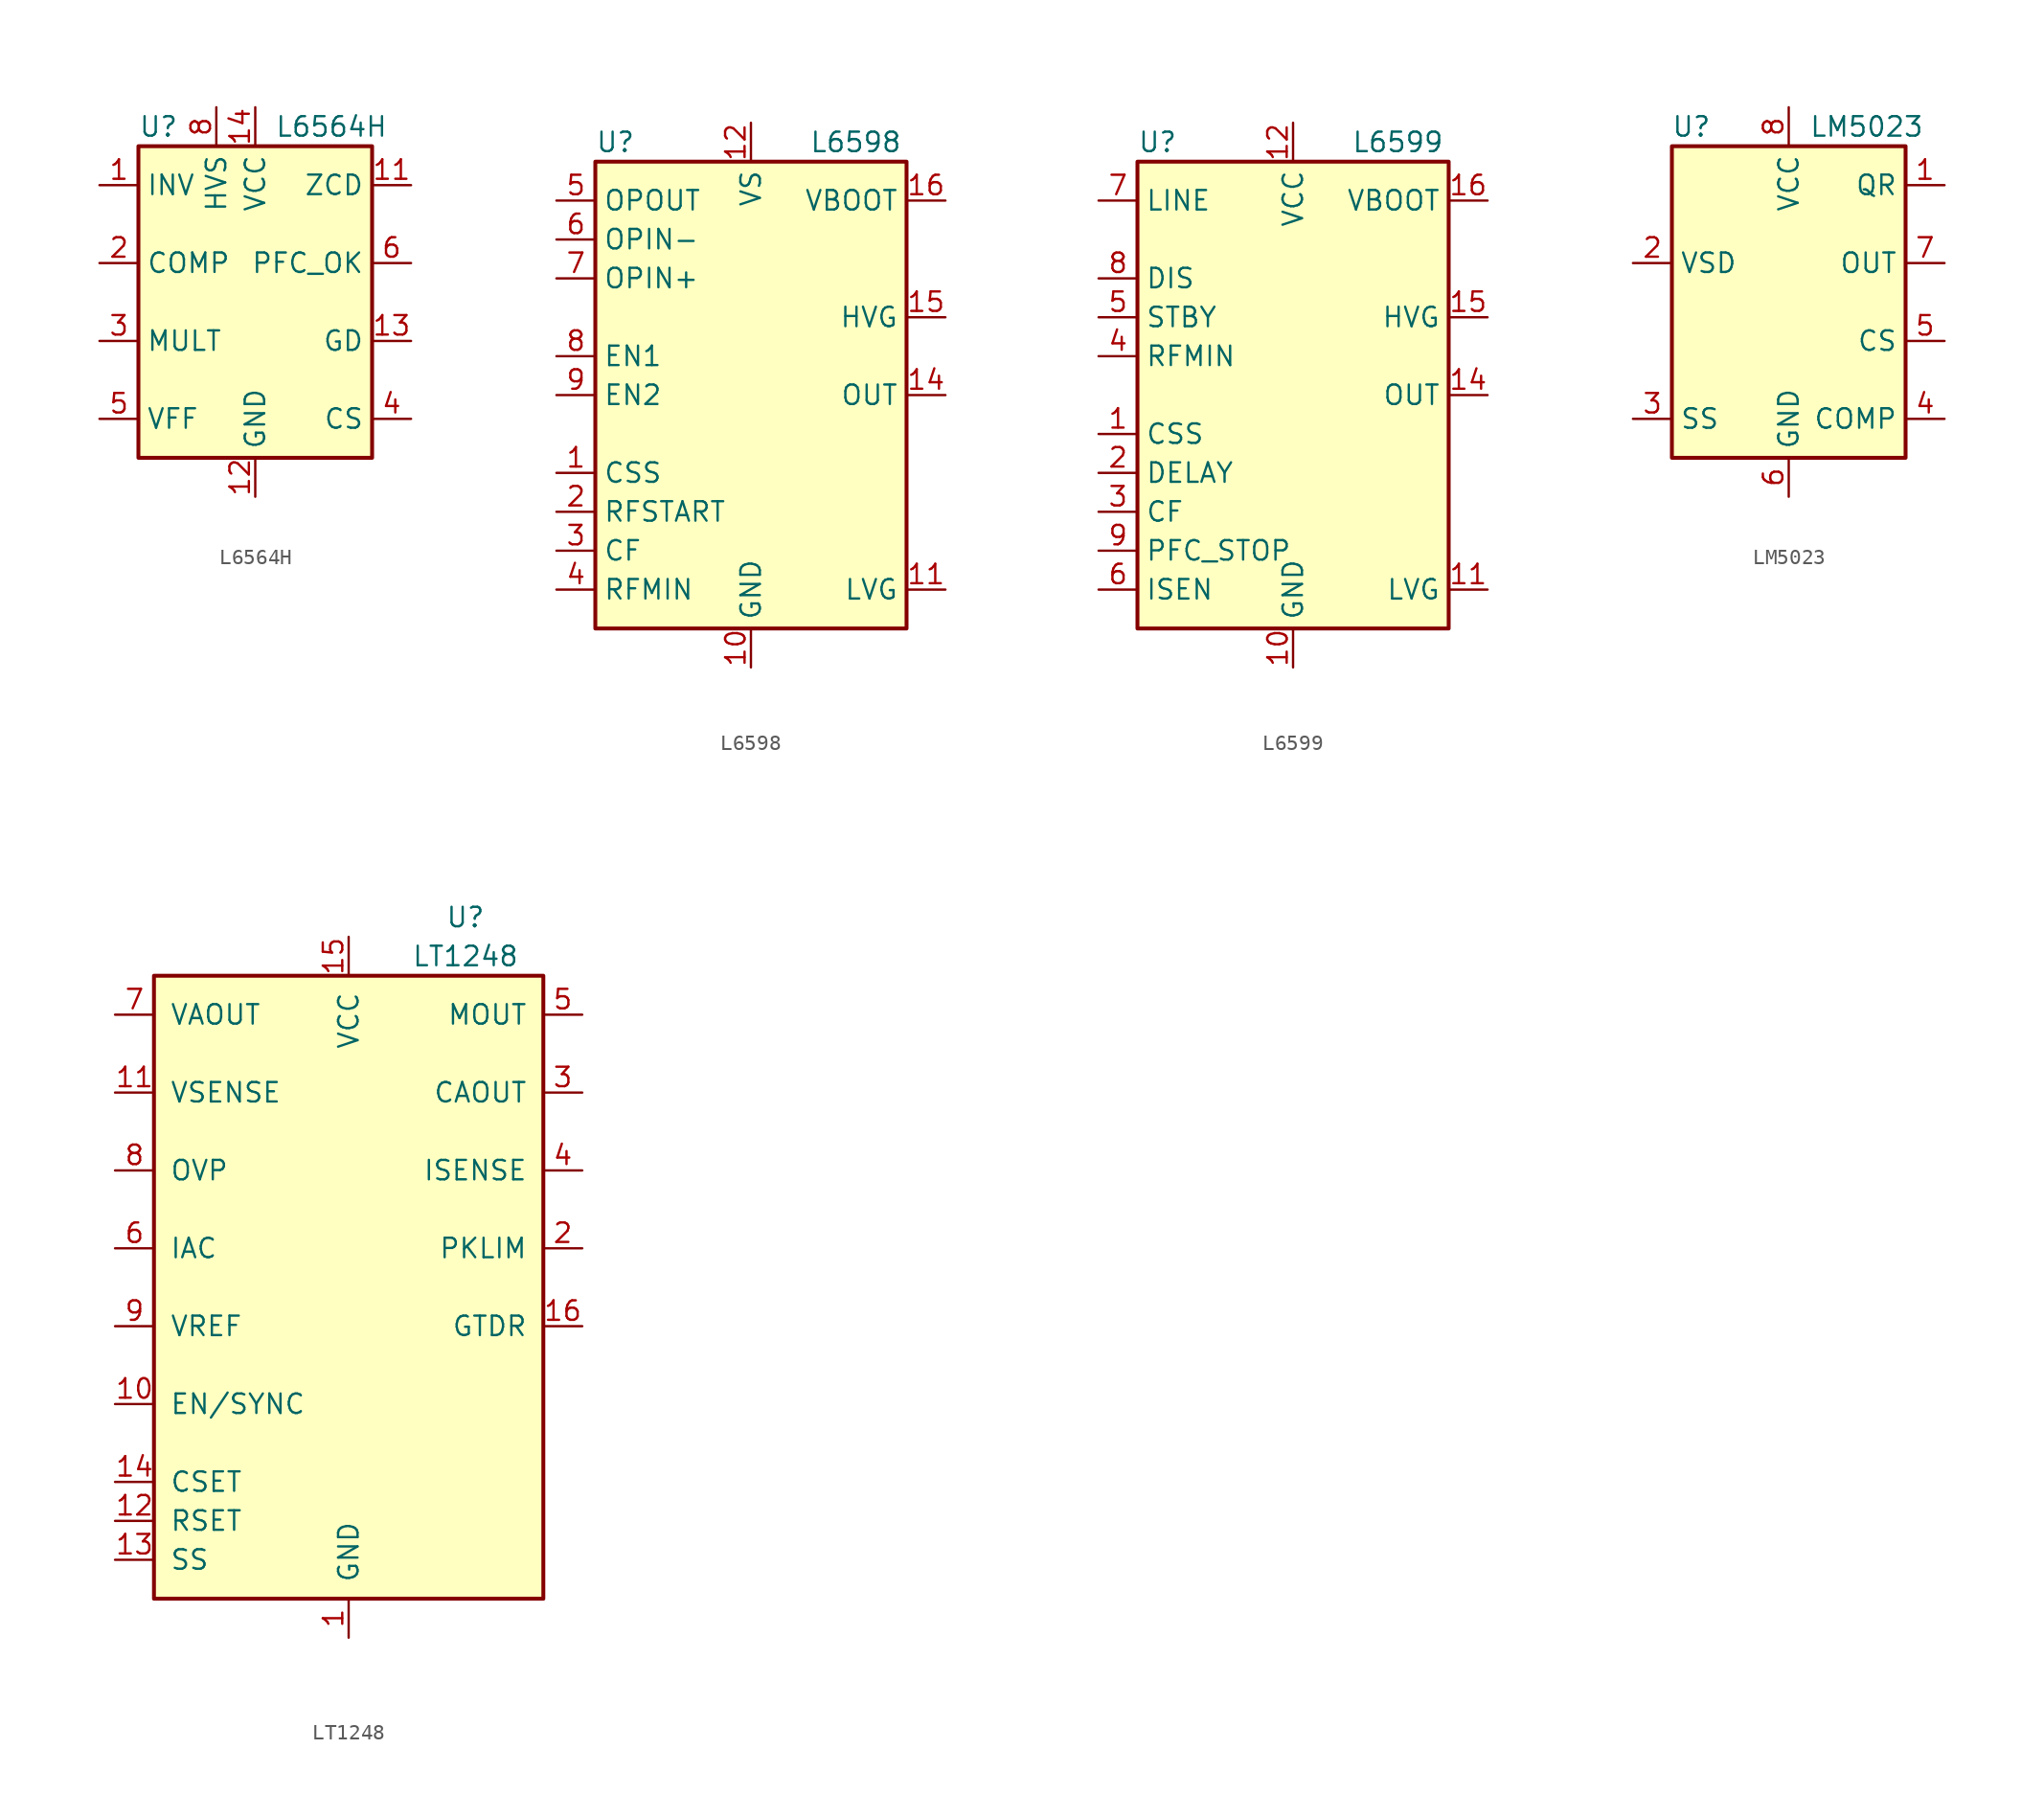
<source format=kicad_sym>
(kicad_symbol_lib
  (version 20200908)
  (generator kicad_symbol_editor)
  (symbol "Regulator_Controller:L6564H"
    (property "Reference" "U"
      (at -7.62 11.43 0)
      (effects (font (size 1.27 1.27)) (justify left)))
    (property "Value" "L6564H"
      (at 1.27 11.43 0)
      (effects (font (size 1.27 1.27)) (justify left)))
    (symbol "L6564H_0_0"
      (rectangle (start -7.62 10.16) (end 7.62 -10.16) (stroke (width 0.254)) (fill (type background))))
    (symbol "L6564H_1_1"
      (pin input line (at -10.16 7.62 0) (length 2.54) (name "INV" (effects (font (size 1.27 1.27)))) (number "1" (effects (font (size 1.27 1.27)))))
      (pin unconnected line (at -7.62 -5.08 0) (length 2.54) hide (name "NC" (effects (font (size 1.27 1.27)))) (number "10" (effects (font (size 1.27 1.27)))))
      (pin input line (at 10.16 7.62 180) (length 2.54) (name "ZCD" (effects (font (size 1.27 1.27)))) (number "11" (effects (font (size 1.27 1.27)))))
      (pin power_in line (at 0 -12.7 90) (length 2.54) (name "GND" (effects (font (size 1.27 1.27)))) (number "12" (effects (font (size 1.27 1.27)))))
      (pin output line (at 10.16 -2.54 180) (length 2.54) (name "GD" (effects (font (size 1.27 1.27)))) (number "13" (effects (font (size 1.27 1.27)))))
      (pin power_in line (at 0 12.7 270) (length 2.54) (name "VCC" (effects (font (size 1.27 1.27)))) (number "14" (effects (font (size 1.27 1.27)))))
      (pin output line (at -10.16 2.54 0) (length 2.54) (name "COMP" (effects (font (size 1.27 1.27)))) (number "2" (effects (font (size 1.27 1.27)))))
      (pin input line (at -10.16 -2.54 0) (length 2.54) (name "MULT" (effects (font (size 1.27 1.27)))) (number "3" (effects (font (size 1.27 1.27)))))
      (pin input line (at 10.16 -7.62 180) (length 2.54) (name "CS" (effects (font (size 1.27 1.27)))) (number "4" (effects (font (size 1.27 1.27)))))
      (pin passive line (at -10.16 -7.62 0) (length 2.54) (name "VFF" (effects (font (size 1.27 1.27)))) (number "5" (effects (font (size 1.27 1.27)))))
      (pin input line (at 10.16 2.54 180) (length 2.54) (name "PFC_OK" (effects (font (size 1.27 1.27)))) (number "6" (effects (font (size 1.27 1.27)))))
      (pin unconnected line (at -7.62 5.08 0) (length 2.54) hide (name "NC" (effects (font (size 1.27 1.27)))) (number "7" (effects (font (size 1.27 1.27)))))
      (pin input line (at -2.54 12.7 270) (length 2.54) (name "HVS" (effects (font (size 1.27 1.27)))) (number "8" (effects (font (size 1.27 1.27)))))
      (pin unconnected line (at -7.62 0 0) (length 2.54) hide (name "NC" (effects (font (size 1.27 1.27)))) (number "9" (effects (font (size 1.27 1.27)))))))
  (symbol "Regulator_Controller:L6598"
    (property "Reference" "U"
      (at -10.16 16.51 0)
      (effects (font (size 1.27 1.27)) (justify left)))
    (property "Value" "L6598"
      (at 3.81 16.51 0)
      (effects (font (size 1.27 1.27)) (justify left)))
    (symbol "L6598_0_0"
      (rectangle (start -10.16 15.24) (end 10.16 -15.24) (stroke (width 0.254)) (fill (type background))))
    (symbol "L6598_1_1"
      (pin passive line (at -12.7 -5.08 0) (length 2.54) (name "CSS" (effects (font (size 1.27 1.27)))) (number "1" (effects (font (size 1.27 1.27)))))
      (pin power_in line (at 0 -17.78 90) (length 2.54) (name "GND" (effects (font (size 1.27 1.27)))) (number "10" (effects (font (size 1.27 1.27)))))
      (pin output line (at 12.7 -12.7 180) (length 2.54) (name "LVG" (effects (font (size 1.27 1.27)))) (number "11" (effects (font (size 1.27 1.27)))))
      (pin power_in line (at 0 17.78 270) (length 2.54) (name "VS" (effects (font (size 1.27 1.27)))) (number "12" (effects (font (size 1.27 1.27)))))
      (pin unconnected line (at 10.16 10.16 180) (length 2.54) hide (name "NC" (effects (font (size 1.27 1.27)))) (number "13" (effects (font (size 1.27 1.27)))))
      (pin input line (at 12.7 0 180) (length 2.54) (name "OUT" (effects (font (size 1.27 1.27)))) (number "14" (effects (font (size 1.27 1.27)))))
      (pin output line (at 12.7 5.08 180) (length 2.54) (name "HVG" (effects (font (size 1.27 1.27)))) (number "15" (effects (font (size 1.27 1.27)))))
      (pin input line (at 12.7 12.7 180) (length 2.54) (name "VBOOT" (effects (font (size 1.27 1.27)))) (number "16" (effects (font (size 1.27 1.27)))))
      (pin passive line (at -12.7 -7.62 0) (length 2.54) (name "RFSTART" (effects (font (size 1.27 1.27)))) (number "2" (effects (font (size 1.27 1.27)))))
      (pin passive line (at -12.7 -10.16 0) (length 2.54) (name "CF" (effects (font (size 1.27 1.27)))) (number "3" (effects (font (size 1.27 1.27)))))
      (pin passive line (at -12.7 -12.7 0) (length 2.54) (name "RFMIN" (effects (font (size 1.27 1.27)))) (number "4" (effects (font (size 1.27 1.27)))))
      (pin output line (at -12.7 12.7 0) (length 2.54) (name "OPOUT" (effects (font (size 1.27 1.27)))) (number "5" (effects (font (size 1.27 1.27)))))
      (pin input line (at -12.7 10.16 0) (length 2.54) (name "OPIN-" (effects (font (size 1.27 1.27)))) (number "6" (effects (font (size 1.27 1.27)))))
      (pin input line (at -12.7 7.62 0) (length 2.54) (name "OPIN+" (effects (font (size 1.27 1.27)))) (number "7" (effects (font (size 1.27 1.27)))))
      (pin input line (at -12.7 2.54 0) (length 2.54) (name "EN1" (effects (font (size 1.27 1.27)))) (number "8" (effects (font (size 1.27 1.27)))))
      (pin input line (at -12.7 0 0) (length 2.54) (name "EN2" (effects (font (size 1.27 1.27)))) (number "9" (effects (font (size 1.27 1.27)))))))
  (symbol "Regulator_Controller:L6599"
    (property "Reference" "U"
      (at -10.16 16.51 0)
      (effects (font (size 1.27 1.27)) (justify left)))
    (property "Value" "L6599"
      (at 3.81 16.51 0)
      (effects (font (size 1.27 1.27)) (justify left)))
    (symbol "L6599_0_0"
      (rectangle (start -10.16 15.24) (end 10.16 -15.24) (stroke (width 0.254)) (fill (type background))))
    (symbol "L6599_1_1"
      (pin passive line (at -12.7 -2.54 0) (length 2.54) (name "CSS" (effects (font (size 1.27 1.27)))) (number "1" (effects (font (size 1.27 1.27)))))
      (pin power_in line (at 0 -17.78 90) (length 2.54) (name "GND" (effects (font (size 1.27 1.27)))) (number "10" (effects (font (size 1.27 1.27)))))
      (pin output line (at 12.7 -12.7 180) (length 2.54) (name "LVG" (effects (font (size 1.27 1.27)))) (number "11" (effects (font (size 1.27 1.27)))))
      (pin power_in line (at 0 17.78 270) (length 2.54) (name "VCC" (effects (font (size 1.27 1.27)))) (number "12" (effects (font (size 1.27 1.27)))))
      (pin unconnected line (at 10.16 10.16 180) (length 2.54) hide (name "NC" (effects (font (size 1.27 1.27)))) (number "13" (effects (font (size 1.27 1.27)))))
      (pin input line (at 12.7 0 180) (length 2.54) (name "OUT" (effects (font (size 1.27 1.27)))) (number "14" (effects (font (size 1.27 1.27)))))
      (pin output line (at 12.7 5.08 180) (length 2.54) (name "HVG" (effects (font (size 1.27 1.27)))) (number "15" (effects (font (size 1.27 1.27)))))
      (pin input line (at 12.7 12.7 180) (length 2.54) (name "VBOOT" (effects (font (size 1.27 1.27)))) (number "16" (effects (font (size 1.27 1.27)))))
      (pin passive line (at -12.7 -5.08 0) (length 2.54) (name "DELAY" (effects (font (size 1.27 1.27)))) (number "2" (effects (font (size 1.27 1.27)))))
      (pin passive line (at -12.7 -7.62 0) (length 2.54) (name "CF" (effects (font (size 1.27 1.27)))) (number "3" (effects (font (size 1.27 1.27)))))
      (pin passive line (at -12.7 2.54 0) (length 2.54) (name "RFMIN" (effects (font (size 1.27 1.27)))) (number "4" (effects (font (size 1.27 1.27)))))
      (pin input line (at -12.7 5.08 0) (length 2.54) (name "STBY" (effects (font (size 1.27 1.27)))) (number "5" (effects (font (size 1.27 1.27)))))
      (pin input line (at -12.7 -12.7 0) (length 2.54) (name "ISEN" (effects (font (size 1.27 1.27)))) (number "6" (effects (font (size 1.27 1.27)))))
      (pin input line (at -12.7 12.7 0) (length 2.54) (name "LINE" (effects (font (size 1.27 1.27)))) (number "7" (effects (font (size 1.27 1.27)))))
      (pin input line (at -12.7 7.62 0) (length 2.54) (name "DIS" (effects (font (size 1.27 1.27)))) (number "8" (effects (font (size 1.27 1.27)))))
      (pin open_collector line (at -12.7 -10.16 0) (length 2.54) (name "PFC_STOP" (effects (font (size 1.27 1.27)))) (number "9" (effects (font (size 1.27 1.27)))))))
  (symbol "Regulator_Controller:LM5023"
    (property "Reference" "U"
      (at -6.35 11.43 0)
      (effects (font (size 1.27 1.27))))
    (property "Value" "LM5023"
      (at 5.08 11.43 0)
      (effects (font (size 1.27 1.27))))
    (symbol "LM5023_0_1"
      (rectangle (start -7.62 10.16) (end 7.62 -10.16) (stroke (width 0.254)) (fill (type background))))
    (symbol "LM5023_0_0"
      (pin input line (at 10.16 7.62 180) (length 2.54) (name "QR" (effects (font (size 1.27 1.27)))) (number "1" (effects (font (size 1.27 1.27)))))
      (pin output line (at -10.16 2.54 0) (length 2.54) (name "VSD" (effects (font (size 1.27 1.27)))) (number "2" (effects (font (size 1.27 1.27)))))
      (pin passive line (at -10.16 -7.62 0) (length 2.54) (name "SS" (effects (font (size 1.27 1.27)))) (number "3" (effects (font (size 1.27 1.27)))))
      (pin input line (at 10.16 -7.62 180) (length 2.54) (name "COMP" (effects (font (size 1.27 1.27)))) (number "4" (effects (font (size 1.27 1.27)))))
      (pin input line (at 10.16 -2.54 180) (length 2.54) (name "CS" (effects (font (size 1.27 1.27)))) (number "5" (effects (font (size 1.27 1.27)))))
      (pin power_in line (at 0 -12.7 90) (length 2.54) (name "GND" (effects (font (size 1.27 1.27)))) (number "6" (effects (font (size 1.27 1.27)))))
      (pin output line (at 10.16 2.54 180) (length 2.54) (name "OUT" (effects (font (size 1.27 1.27)))) (number "7" (effects (font (size 1.27 1.27)))))
      (pin power_in line (at 0 12.7 270) (length 2.54) (name "VCC" (effects (font (size 1.27 1.27)))) (number "8" (effects (font (size 1.27 1.27)))))))
  (symbol "Regulator_Controller:LT1248"
    (pin_names
      (offset 1.016))
    (property "Reference" "U"
      (at 7.62 24.13 0)
      (effects (font (size 1.27 1.27))))
    (property "Value" "LT1248"
      (at 7.62 21.59 0)
      (effects (font (size 1.27 1.27))))
    (symbol "LT1248_0_1"
      (rectangle (start -12.7 20.32) (end 12.7 -20.32) (stroke (width 0.254)) (fill (type background))))
    (symbol "LT1248_1_1"
      (pin power_in line (at 0 -22.86 90) (length 2.54) (name "GND" (effects (font (size 1.27 1.27)))) (number "1" (effects (font (size 1.27 1.27)))))
      (pin input line (at -15.24 -7.62 0) (length 2.54) (name "EN/SYNC" (effects (font (size 1.27 1.27)))) (number "10" (effects (font (size 1.27 1.27)))))
      (pin input line (at -15.24 12.7 0) (length 2.54) (name "VSENSE" (effects (font (size 1.27 1.27)))) (number "11" (effects (font (size 1.27 1.27)))))
      (pin passive line (at -15.24 -15.24 0) (length 2.54) (name "RSET" (effects (font (size 1.27 1.27)))) (number "12" (effects (font (size 1.27 1.27)))))
      (pin passive line (at -15.24 -17.78 0) (length 2.54) (name "SS" (effects (font (size 1.27 1.27)))) (number "13" (effects (font (size 1.27 1.27)))))
      (pin passive line (at -15.24 -12.7 0) (length 2.54) (name "CSET" (effects (font (size 1.27 1.27)))) (number "14" (effects (font (size 1.27 1.27)))))
      (pin power_in line (at 0 22.86 270) (length 2.54) (name "VCC" (effects (font (size 1.27 1.27)))) (number "15" (effects (font (size 1.27 1.27)))))
      (pin output line (at 15.24 -2.54 180) (length 2.54) (name "GTDR" (effects (font (size 1.27 1.27)))) (number "16" (effects (font (size 1.27 1.27)))))
      (pin input line (at 15.24 2.54 180) (length 2.54) (name "PKLIM" (effects (font (size 1.27 1.27)))) (number "2" (effects (font (size 1.27 1.27)))))
      (pin output line (at 15.24 12.7 180) (length 2.54) (name "CAOUT" (effects (font (size 1.27 1.27)))) (number "3" (effects (font (size 1.27 1.27)))))
      (pin input line (at 15.24 7.62 180) (length 2.54) (name "ISENSE" (effects (font (size 1.27 1.27)))) (number "4" (effects (font (size 1.27 1.27)))))
      (pin input line (at 15.24 17.78 180) (length 2.54) (name "MOUT" (effects (font (size 1.27 1.27)))) (number "5" (effects (font (size 1.27 1.27)))))
      (pin input line (at -15.24 2.54 0) (length 2.54) (name "IAC" (effects (font (size 1.27 1.27)))) (number "6" (effects (font (size 1.27 1.27)))))
      (pin output line (at -15.24 17.78 0) (length 2.54) (name "VAOUT" (effects (font (size 1.27 1.27)))) (number "7" (effects (font (size 1.27 1.27)))))
      (pin input line (at -15.24 7.62 0) (length 2.54) (name "OVP" (effects (font (size 1.27 1.27)))) (number "8" (effects (font (size 1.27 1.27)))))
      (pin power_out line (at -15.24 -2.54 0) (length 2.54) (name "VREF" (effects (font (size 1.27 1.27)))) (number "9" (effects (font (size 1.27 1.27))))))))
</source>
